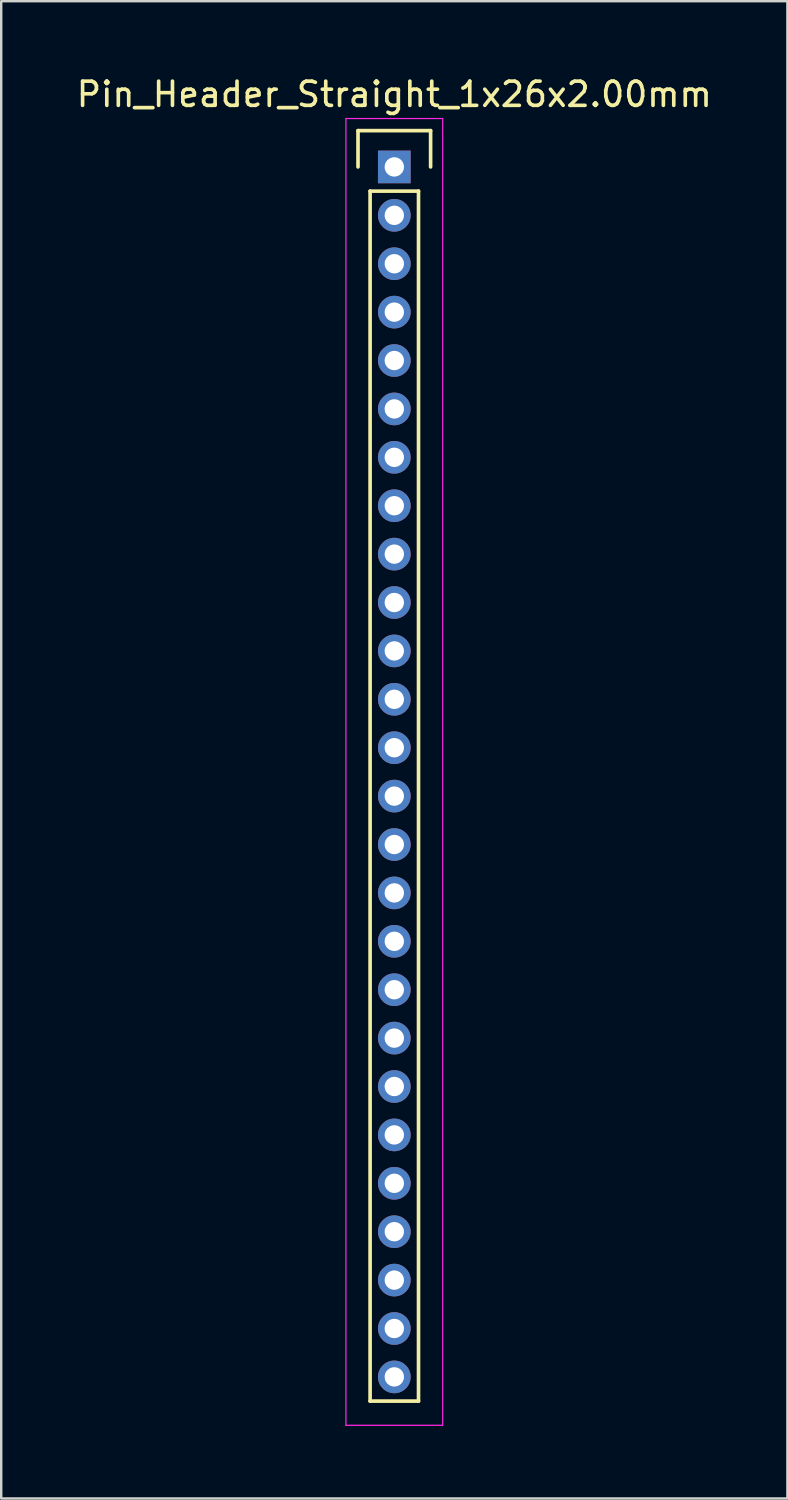
<source format=kicad_pcb>
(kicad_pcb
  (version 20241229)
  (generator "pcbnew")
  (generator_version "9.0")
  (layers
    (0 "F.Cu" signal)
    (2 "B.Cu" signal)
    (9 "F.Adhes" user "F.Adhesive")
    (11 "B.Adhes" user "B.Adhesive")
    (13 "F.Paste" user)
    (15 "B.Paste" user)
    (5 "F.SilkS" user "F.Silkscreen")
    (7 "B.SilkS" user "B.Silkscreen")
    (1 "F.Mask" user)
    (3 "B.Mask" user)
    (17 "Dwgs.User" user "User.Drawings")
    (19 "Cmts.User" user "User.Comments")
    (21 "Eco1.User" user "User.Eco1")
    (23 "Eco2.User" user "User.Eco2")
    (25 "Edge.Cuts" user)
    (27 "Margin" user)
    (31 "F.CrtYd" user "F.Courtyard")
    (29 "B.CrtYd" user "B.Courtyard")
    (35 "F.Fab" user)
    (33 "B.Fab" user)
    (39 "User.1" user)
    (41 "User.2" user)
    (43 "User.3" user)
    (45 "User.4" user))
  (footprint "Pin_Header_Straight_1x26x2.00mm"
    (layer "F.Cu")
    (at 13.244 3.848)
    (property "Reference" "Pin_Header_Straight_1x26x2.00mm" (at 0 -3 0) (layer "F.SilkS") (effects (font (size 1 1) (thickness 0.15))))
    (attr through_hole)
    (fp_line (start -1.5 -1.5) (end 1.5 -1.5) (stroke (width 0.15) (type solid)) (layer "F.SilkS"))
    (fp_line (start -1.5 0) (end -1.5 -1.5) (stroke (width 0.15) (type solid)) (layer "F.SilkS"))
    (fp_line (start -1 1) (end 1 1) (stroke (width 0.15) (type solid)) (layer "F.SilkS"))
    (fp_line (start -1 51) (end -1 1) (stroke (width 0.15) (type solid)) (layer "F.SilkS"))
    (fp_line (start 1 1) (end 1 51) (stroke (width 0.15) (type solid)) (layer "F.SilkS"))
    (fp_line (start 1 51) (end -1 51) (stroke (width 0.15) (type solid)) (layer "F.SilkS"))
    (fp_line (start 1.5 -1.5) (end 1.5 0) (stroke (width 0.15) (type solid)) (layer "F.SilkS"))
    (fp_line (start -2 -2) (end 2 -2) (stroke (width 0.05) (type solid)) (layer "F.CrtYd"))
    (fp_line (start -2 52) (end -2 -2) (stroke (width 0.05) (type solid)) (layer "F.CrtYd"))
    (fp_line (start 2 -2) (end 2 52) (stroke (width 0.05) (type solid)) (layer "F.CrtYd"))
    (fp_line (start 2 52) (end -2 52) (stroke (width 0.05) (type solid)) (layer "F.CrtYd"))
    (pad "1" thru_hole rect (at 0 0) (size 1.35 1.35) (drill 0.8) (layers "*.Cu" "*.Mask"))
    (pad "2" thru_hole circle (at 0 2) (size 1.35 1.35) (drill 0.8) (layers "*.Cu" "*.Mask"))
    (pad "3" thru_hole circle (at 0 4) (size 1.35 1.35) (drill 0.8) (layers "*.Cu" "*.Mask"))
    (pad "4" thru_hole circle (at 0 6) (size 1.35 1.35) (drill 0.8) (layers "*.Cu" "*.Mask"))
    (pad "5" thru_hole circle (at 0 8) (size 1.35 1.35) (drill 0.8) (layers "*.Cu" "*.Mask"))
    (pad "6" thru_hole circle (at 0 10) (size 1.35 1.35) (drill 0.8) (layers "*.Cu" "*.Mask"))
    (pad "7" thru_hole circle (at 0 12) (size 1.35 1.35) (drill 0.8) (layers "*.Cu" "*.Mask"))
    (pad "8" thru_hole circle (at 0 14) (size 1.35 1.35) (drill 0.8) (layers "*.Cu" "*.Mask"))
    (pad "9" thru_hole circle (at 0 16) (size 1.35 1.35) (drill 0.8) (layers "*.Cu" "*.Mask"))
    (pad "10" thru_hole circle (at 0 18) (size 1.35 1.35) (drill 0.8) (layers "*.Cu" "*.Mask"))
    (pad "11" thru_hole circle (at 0 20) (size 1.35 1.35) (drill 0.8) (layers "*.Cu" "*.Mask"))
    (pad "12" thru_hole circle (at 0 22) (size 1.35 1.35) (drill 0.8) (layers "*.Cu" "*.Mask"))
    (pad "13" thru_hole circle (at 0 24) (size 1.35 1.35) (drill 0.8) (layers "*.Cu" "*.Mask"))
    (pad "14" thru_hole circle (at 0 26) (size 1.35 1.35) (drill 0.8) (layers "*.Cu" "*.Mask"))
    (pad "15" thru_hole circle (at 0 28) (size 1.35 1.35) (drill 0.8) (layers "*.Cu" "*.Mask"))
    (pad "16" thru_hole circle (at 0 30) (size 1.35 1.35) (drill 0.8) (layers "*.Cu" "*.Mask"))
    (pad "17" thru_hole circle (at 0 32) (size 1.35 1.35) (drill 0.8) (layers "*.Cu" "*.Mask"))
    (pad "18" thru_hole circle (at 0 34) (size 1.35 1.35) (drill 0.8) (layers "*.Cu" "*.Mask"))
    (pad "19" thru_hole circle (at 0 36) (size 1.35 1.35) (drill 0.8) (layers "*.Cu" "*.Mask"))
    (pad "20" thru_hole circle (at 0 38) (size 1.35 1.35) (drill 0.8) (layers "*.Cu" "*.Mask"))
    (pad "21" thru_hole circle (at 0 40) (size 1.35 1.35) (drill 0.8) (layers "*.Cu" "*.Mask"))
    (pad "22" thru_hole circle (at 0 42) (size 1.35 1.35) (drill 0.8) (layers "*.Cu" "*.Mask"))
    (pad "23" thru_hole circle (at 0 44) (size 1.35 1.35) (drill 0.8) (layers "*.Cu" "*.Mask"))
    (pad "24" thru_hole circle (at 0 46) (size 1.35 1.35) (drill 0.8) (layers "*.Cu" "*.Mask"))
    (pad "25" thru_hole circle (at 0 48) (size 1.35 1.35) (drill 0.8) (layers "*.Cu" "*.Mask"))
    (pad "26" thru_hole circle (at 0 50) (size 1.35 1.35) (drill 0.8) (layers "*.Cu" "*.Mask")))
  (gr_rect
    (start -3 -3)
    (end 29.488 58.873)
    (stroke (width 0.1) (type default))
    (fill no)
    (layer "Edge.Cuts")))
</source>
